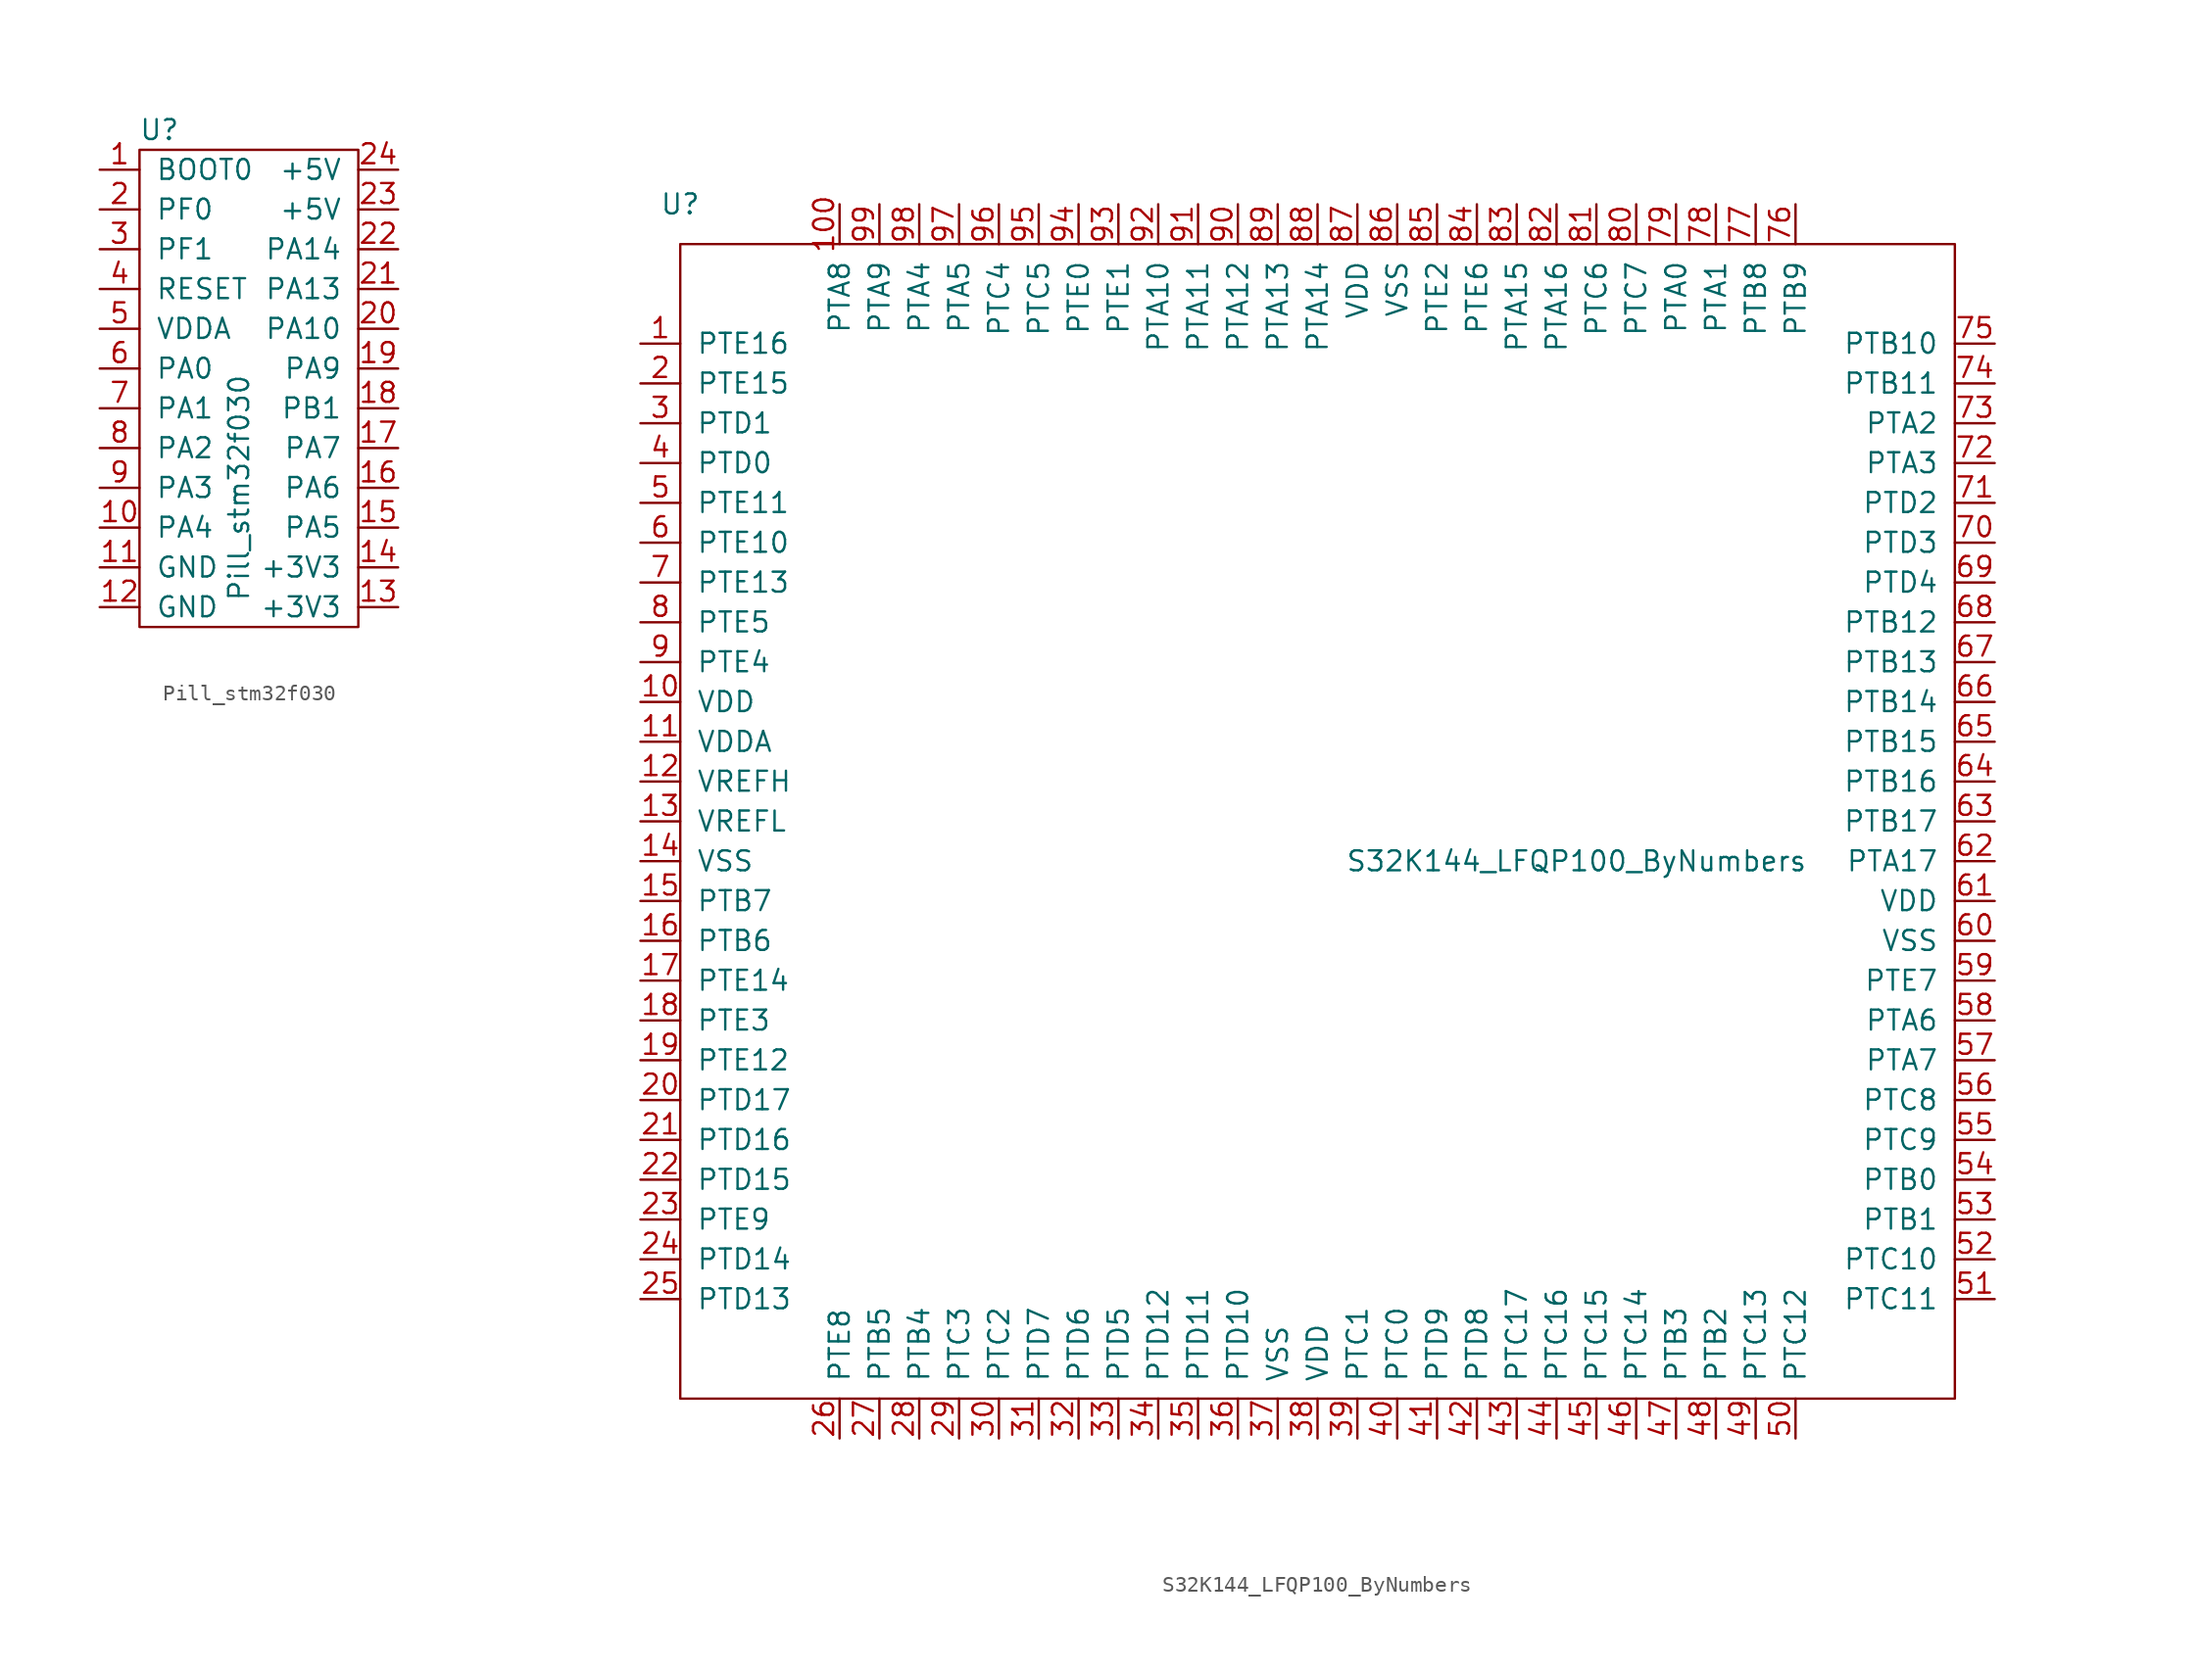
<source format=kicad_sym>
(kicad_symbol_lib
  (version 20241209)
  (generator "kicad_symbol_editor")
  (generator_version "9.0")
  (symbol "Pill_stm32f030"
    (pin_names
      (offset 1.016))
    (property "Reference" "U"
      (at -6.35 16.51 0)
      (effects (font (size 1.27 1.27))))
    (property "Value" "Pill_stm32f030"
      (at -1.27 -6.35 90)
      (effects (font (size 1.27 1.27))))
    (symbol "Pill_stm32f030_0_0"
      (pin unspecified line (at -10.16 13.97 0) (length 2.54) (name "BOOT0" (effects (font (size 1.27 1.27)))) (number "1" (effects (font (size 1.27 1.27)))))
      (pin unspecified line (at -10.16 11.43 0) (length 2.54) (name "PF0" (effects (font (size 1.27 1.27)))) (number "2" (effects (font (size 1.27 1.27)))))
      (pin unspecified line (at -10.16 8.89 0) (length 2.54) (name "PF1" (effects (font (size 1.27 1.27)))) (number "3" (effects (font (size 1.27 1.27)))))
      (pin unspecified line (at -10.16 6.35 0) (length 2.54) (name "RESET" (effects (font (size 1.27 1.27)))) (number "4" (effects (font (size 1.27 1.27)))))
      (pin unspecified line (at -10.16 3.81 0) (length 2.54) (name "VDDA" (effects (font (size 1.27 1.27)))) (number "5" (effects (font (size 1.27 1.27)))))
      (pin unspecified line (at -10.16 1.27 0) (length 2.54) (name "PA0" (effects (font (size 1.27 1.27)))) (number "6" (effects (font (size 1.27 1.27)))))
      (pin unspecified line (at -10.16 -1.27 0) (length 2.54) (name "PA1" (effects (font (size 1.27 1.27)))) (number "7" (effects (font (size 1.27 1.27)))))
      (pin unspecified line (at -10.16 -3.81 0) (length 2.54) (name "PA2" (effects (font (size 1.27 1.27)))) (number "8" (effects (font (size 1.27 1.27)))))
      (pin unspecified line (at -10.16 -6.35 0) (length 2.54) (name "PA3" (effects (font (size 1.27 1.27)))) (number "9" (effects (font (size 1.27 1.27)))))
      (pin unspecified line (at -10.16 -8.89 0) (length 2.54) (name "PA4" (effects (font (size 1.27 1.27)))) (number "10" (effects (font (size 1.27 1.27)))))
      (pin unspecified line (at -10.16 -11.43 0) (length 2.54) (name "GND" (effects (font (size 1.27 1.27)))) (number "11" (effects (font (size 1.27 1.27)))))
      (pin unspecified line (at -10.16 -13.97 0) (length 2.54) (name "GND" (effects (font (size 1.27 1.27)))) (number "12" (effects (font (size 1.27 1.27)))))
      (pin unspecified line (at 8.89 13.97 180) (length 2.54) (name "+5V" (effects (font (size 1.27 1.27)))) (number "24" (effects (font (size 1.27 1.27)))))
      (pin unspecified line (at 8.89 11.43 180) (length 2.54) (name "+5V" (effects (font (size 1.27 1.27)))) (number "23" (effects (font (size 1.27 1.27)))))
      (pin unspecified line (at 8.89 8.89 180) (length 2.54) (name "PA14" (effects (font (size 1.27 1.27)))) (number "22" (effects (font (size 1.27 1.27)))))
      (pin unspecified line (at 8.89 6.35 180) (length 2.54) (name "PA13" (effects (font (size 1.27 1.27)))) (number "21" (effects (font (size 1.27 1.27)))))
      (pin unspecified line (at 8.89 3.81 180) (length 2.54) (name "PA10" (effects (font (size 1.27 1.27)))) (number "20" (effects (font (size 1.27 1.27)))))
      (pin unspecified line (at 8.89 1.27 180) (length 2.54) (name "PA9" (effects (font (size 1.27 1.27)))) (number "19" (effects (font (size 1.27 1.27)))))
      (pin unspecified line (at 8.89 -1.27 180) (length 2.54) (name "PB1" (effects (font (size 1.27 1.27)))) (number "18" (effects (font (size 1.27 1.27)))))
      (pin unspecified line (at 8.89 -3.81 180) (length 2.54) (name "PA7" (effects (font (size 1.27 1.27)))) (number "17" (effects (font (size 1.27 1.27)))))
      (pin unspecified line (at 8.89 -6.35 180) (length 2.54) (name "PA6" (effects (font (size 1.27 1.27)))) (number "16" (effects (font (size 1.27 1.27)))))
      (pin unspecified line (at 8.89 -8.89 180) (length 2.54) (name "PA5" (effects (font (size 1.27 1.27)))) (number "15" (effects (font (size 1.27 1.27)))))
      (pin unspecified line (at 8.89 -11.43 180) (length 2.54) (name "+3V3" (effects (font (size 1.27 1.27)))) (number "14" (effects (font (size 1.27 1.27)))))
      (pin unspecified line (at 8.89 -13.97 180) (length 2.54) (name "+3V3" (effects (font (size 1.27 1.27)))) (number "13" (effects (font (size 1.27 1.27))))))
    (symbol "Pill_stm32f030_0_1"
      (rectangle (start -7.62 15.24) (end 6.35 -15.24) (stroke (width 0) (type solid)) (fill (type none)))))
  (symbol "S32K144_LFQP100_ByNumbers"
    (pin_names
      (offset 1.016))
    (property "Reference" "U"
      (at -40.64 39.37 0)
      (effects (font (size 1.27 1.27))))
    (property "Value" "S32K144_LFQP100_ByNumbers"
      (at 16.51 -2.54 0)
      (effects (font (size 1.27 1.27))))
    (symbol "S32K144_LFQP100_ByNumbers_0_0"
      (pin unspecified line (at -43.18 30.48 0) (length 2.54) (name "PTE16" (effects (font (size 1.27 1.27)))) (number "1" (effects (font (size 1.27 1.27)))))
      (pin unspecified line (at -43.18 27.94 0) (length 2.54) (name "PTE15" (effects (font (size 1.27 1.27)))) (number "2" (effects (font (size 1.27 1.27)))))
      (pin unspecified line (at -43.18 25.4 0) (length 2.54) (name "PTD1" (effects (font (size 1.27 1.27)))) (number "3" (effects (font (size 1.27 1.27)))))
      (pin unspecified line (at -43.18 22.86 0) (length 2.54) (name "PTD0" (effects (font (size 1.27 1.27)))) (number "4" (effects (font (size 1.27 1.27)))))
      (pin unspecified line (at -43.18 20.32 0) (length 2.54) (name "PTE11" (effects (font (size 1.27 1.27)))) (number "5" (effects (font (size 1.27 1.27)))))
      (pin unspecified line (at -43.18 17.78 0) (length 2.54) (name "PTE10" (effects (font (size 1.27 1.27)))) (number "6" (effects (font (size 1.27 1.27)))))
      (pin unspecified line (at -43.18 15.24 0) (length 2.54) (name "PTE13" (effects (font (size 1.27 1.27)))) (number "7" (effects (font (size 1.27 1.27)))))
      (pin unspecified line (at -43.18 12.7 0) (length 2.54) (name "PTE5" (effects (font (size 1.27 1.27)))) (number "8" (effects (font (size 1.27 1.27)))))
      (pin unspecified line (at -43.18 10.16 0) (length 2.54) (name "PTE4" (effects (font (size 1.27 1.27)))) (number "9" (effects (font (size 1.27 1.27)))))
      (pin unspecified line (at -43.18 7.62 0) (length 2.54) (name "VDD" (effects (font (size 1.27 1.27)))) (number "10" (effects (font (size 1.27 1.27)))))
      (pin unspecified line (at -43.18 5.08 0) (length 2.54) (name "VDDA" (effects (font (size 1.27 1.27)))) (number "11" (effects (font (size 1.27 1.27)))))
      (pin unspecified line (at -43.18 2.54 0) (length 2.54) (name "VREFH" (effects (font (size 1.27 1.27)))) (number "12" (effects (font (size 1.27 1.27)))))
      (pin unspecified line (at -43.18 0 0) (length 2.54) (name "VREFL" (effects (font (size 1.27 1.27)))) (number "13" (effects (font (size 1.27 1.27)))))
      (pin unspecified line (at -43.18 -2.54 0) (length 2.54) (name "VSS" (effects (font (size 1.27 1.27)))) (number "14" (effects (font (size 1.27 1.27)))))
      (pin unspecified line (at -43.18 -5.08 0) (length 2.54) (name "PTB7" (effects (font (size 1.27 1.27)))) (number "15" (effects (font (size 1.27 1.27)))))
      (pin unspecified line (at -43.18 -7.62 0) (length 2.54) (name "PTB6" (effects (font (size 1.27 1.27)))) (number "16" (effects (font (size 1.27 1.27)))))
      (pin unspecified line (at -43.18 -10.16 0) (length 2.54) (name "PTE14" (effects (font (size 1.27 1.27)))) (number "17" (effects (font (size 1.27 1.27)))))
      (pin unspecified line (at -43.18 -12.7 0) (length 2.54) (name "PTE3" (effects (font (size 1.27 1.27)))) (number "18" (effects (font (size 1.27 1.27)))))
      (pin unspecified line (at -43.18 -15.24 0) (length 2.54) (name "PTE12" (effects (font (size 1.27 1.27)))) (number "19" (effects (font (size 1.27 1.27)))))
      (pin unspecified line (at -43.18 -17.78 0) (length 2.54) (name "PTD17" (effects (font (size 1.27 1.27)))) (number "20" (effects (font (size 1.27 1.27)))))
      (pin unspecified line (at -43.18 -20.32 0) (length 2.54) (name "PTD16" (effects (font (size 1.27 1.27)))) (number "21" (effects (font (size 1.27 1.27)))))
      (pin unspecified line (at -43.18 -22.86 0) (length 2.54) (name "PTD15" (effects (font (size 1.27 1.27)))) (number "22" (effects (font (size 1.27 1.27)))))
      (pin unspecified line (at -43.18 -25.4 0) (length 2.54) (name "PTE9" (effects (font (size 1.27 1.27)))) (number "23" (effects (font (size 1.27 1.27)))))
      (pin unspecified line (at -43.18 -27.94 0) (length 2.54) (name "PTD14" (effects (font (size 1.27 1.27)))) (number "24" (effects (font (size 1.27 1.27)))))
      (pin unspecified line (at -43.18 -30.48 0) (length 2.54) (name "PTD13" (effects (font (size 1.27 1.27)))) (number "25" (effects (font (size 1.27 1.27)))))
      (pin unspecified line (at -30.48 39.37 270) (length 2.54) (name "PTA8" (effects (font (size 1.27 1.27)))) (number "100" (effects (font (size 1.27 1.27)))))
      (pin unspecified line (at -30.48 -39.37 90) (length 2.54) (name "PTE8" (effects (font (size 1.27 1.27)))) (number "26" (effects (font (size 1.27 1.27)))))
      (pin unspecified line (at -27.94 39.37 270) (length 2.54) (name "PTA9" (effects (font (size 1.27 1.27)))) (number "99" (effects (font (size 1.27 1.27)))))
      (pin unspecified line (at -27.94 -39.37 90) (length 2.54) (name "PTB5" (effects (font (size 1.27 1.27)))) (number "27" (effects (font (size 1.27 1.27)))))
      (pin unspecified line (at -25.4 39.37 270) (length 2.54) (name "PTA4" (effects (font (size 1.27 1.27)))) (number "98" (effects (font (size 1.27 1.27)))))
      (pin unspecified line (at -25.4 -39.37 90) (length 2.54) (name "PTB4" (effects (font (size 1.27 1.27)))) (number "28" (effects (font (size 1.27 1.27)))))
      (pin unspecified line (at -22.86 39.37 270) (length 2.54) (name "PTA5" (effects (font (size 1.27 1.27)))) (number "97" (effects (font (size 1.27 1.27)))))
      (pin unspecified line (at -22.86 -39.37 90) (length 2.54) (name "PTC3" (effects (font (size 1.27 1.27)))) (number "29" (effects (font (size 1.27 1.27)))))
      (pin unspecified line (at -20.32 39.37 270) (length 2.54) (name "PTC4" (effects (font (size 1.27 1.27)))) (number "96" (effects (font (size 1.27 1.27)))))
      (pin unspecified line (at -20.32 -39.37 90) (length 2.54) (name "PTC2" (effects (font (size 1.27 1.27)))) (number "30" (effects (font (size 1.27 1.27)))))
      (pin unspecified line (at -17.78 39.37 270) (length 2.54) (name "PTC5" (effects (font (size 1.27 1.27)))) (number "95" (effects (font (size 1.27 1.27)))))
      (pin unspecified line (at -17.78 -39.37 90) (length 2.54) (name "PTD7" (effects (font (size 1.27 1.27)))) (number "31" (effects (font (size 1.27 1.27)))))
      (pin unspecified line (at -15.24 39.37 270) (length 2.54) (name "PTE0" (effects (font (size 1.27 1.27)))) (number "94" (effects (font (size 1.27 1.27)))))
      (pin unspecified line (at -15.24 -39.37 90) (length 2.54) (name "PTD6" (effects (font (size 1.27 1.27)))) (number "32" (effects (font (size 1.27 1.27)))))
      (pin unspecified line (at -12.7 39.37 270) (length 2.54) (name "PTE1" (effects (font (size 1.27 1.27)))) (number "93" (effects (font (size 1.27 1.27)))))
      (pin unspecified line (at -12.7 -39.37 90) (length 2.54) (name "PTD5" (effects (font (size 1.27 1.27)))) (number "33" (effects (font (size 1.27 1.27)))))
      (pin unspecified line (at -10.16 39.37 270) (length 2.54) (name "PTA10" (effects (font (size 1.27 1.27)))) (number "92" (effects (font (size 1.27 1.27)))))
      (pin unspecified line (at -10.16 -39.37 90) (length 2.54) (name "PTD12" (effects (font (size 1.27 1.27)))) (number "34" (effects (font (size 1.27 1.27)))))
      (pin unspecified line (at -7.62 39.37 270) (length 2.54) (name "PTA11" (effects (font (size 1.27 1.27)))) (number "91" (effects (font (size 1.27 1.27)))))
      (pin unspecified line (at -7.62 -39.37 90) (length 2.54) (name "PTD11" (effects (font (size 1.27 1.27)))) (number "35" (effects (font (size 1.27 1.27)))))
      (pin unspecified line (at -5.08 39.37 270) (length 2.54) (name "PTA12" (effects (font (size 1.27 1.27)))) (number "90" (effects (font (size 1.27 1.27)))))
      (pin unspecified line (at -5.08 -39.37 90) (length 2.54) (name "PTD10" (effects (font (size 1.27 1.27)))) (number "36" (effects (font (size 1.27 1.27)))))
      (pin unspecified line (at -2.54 39.37 270) (length 2.54) (name "PTA13" (effects (font (size 1.27 1.27)))) (number "89" (effects (font (size 1.27 1.27)))))
      (pin unspecified line (at -2.54 -39.37 90) (length 2.54) (name "VSS" (effects (font (size 1.27 1.27)))) (number "37" (effects (font (size 1.27 1.27)))))
      (pin unspecified line (at 0 39.37 270) (length 2.54) (name "PTA14" (effects (font (size 1.27 1.27)))) (number "88" (effects (font (size 1.27 1.27)))))
      (pin unspecified line (at 0 -39.37 90) (length 2.54) (name "VDD" (effects (font (size 1.27 1.27)))) (number "38" (effects (font (size 1.27 1.27)))))
      (pin unspecified line (at 2.54 39.37 270) (length 2.54) (name "VDD" (effects (font (size 1.27 1.27)))) (number "87" (effects (font (size 1.27 1.27)))))
      (pin unspecified line (at 2.54 -39.37 90) (length 2.54) (name "PTC1" (effects (font (size 1.27 1.27)))) (number "39" (effects (font (size 1.27 1.27)))))
      (pin unspecified line (at 5.08 39.37 270) (length 2.54) (name "VSS" (effects (font (size 1.27 1.27)))) (number "86" (effects (font (size 1.27 1.27)))))
      (pin unspecified line (at 5.08 -39.37 90) (length 2.54) (name "PTC0" (effects (font (size 1.27 1.27)))) (number "40" (effects (font (size 1.27 1.27)))))
      (pin unspecified line (at 7.62 39.37 270) (length 2.54) (name "PTE2" (effects (font (size 1.27 1.27)))) (number "85" (effects (font (size 1.27 1.27)))))
      (pin unspecified line (at 7.62 -39.37 90) (length 2.54) (name "PTD9" (effects (font (size 1.27 1.27)))) (number "41" (effects (font (size 1.27 1.27)))))
      (pin unspecified line (at 10.16 39.37 270) (length 2.54) (name "PTE6" (effects (font (size 1.27 1.27)))) (number "84" (effects (font (size 1.27 1.27)))))
      (pin unspecified line (at 10.16 -39.37 90) (length 2.54) (name "PTD8" (effects (font (size 1.27 1.27)))) (number "42" (effects (font (size 1.27 1.27)))))
      (pin unspecified line (at 12.7 39.37 270) (length 2.54) (name "PTA15" (effects (font (size 1.27 1.27)))) (number "83" (effects (font (size 1.27 1.27)))))
      (pin unspecified line (at 12.7 -39.37 90) (length 2.54) (name "PTC17" (effects (font (size 1.27 1.27)))) (number "43" (effects (font (size 1.27 1.27)))))
      (pin unspecified line (at 15.24 39.37 270) (length 2.54) (name "PTA16" (effects (font (size 1.27 1.27)))) (number "82" (effects (font (size 1.27 1.27)))))
      (pin unspecified line (at 15.24 -39.37 90) (length 2.54) (name "PTC16" (effects (font (size 1.27 1.27)))) (number "44" (effects (font (size 1.27 1.27)))))
      (pin unspecified line (at 17.78 39.37 270) (length 2.54) (name "PTC6" (effects (font (size 1.27 1.27)))) (number "81" (effects (font (size 1.27 1.27)))))
      (pin unspecified line (at 17.78 -39.37 90) (length 2.54) (name "PTC15" (effects (font (size 1.27 1.27)))) (number "45" (effects (font (size 1.27 1.27)))))
      (pin unspecified line (at 20.32 39.37 270) (length 2.54) (name "PTC7" (effects (font (size 1.27 1.27)))) (number "80" (effects (font (size 1.27 1.27)))))
      (pin unspecified line (at 20.32 -39.37 90) (length 2.54) (name "PTC14" (effects (font (size 1.27 1.27)))) (number "46" (effects (font (size 1.27 1.27)))))
      (pin unspecified line (at 22.86 39.37 270) (length 2.54) (name "PTA0" (effects (font (size 1.27 1.27)))) (number "79" (effects (font (size 1.27 1.27)))))
      (pin unspecified line (at 22.86 -39.37 90) (length 2.54) (name "PTB3" (effects (font (size 1.27 1.27)))) (number "47" (effects (font (size 1.27 1.27)))))
      (pin unspecified line (at 25.4 39.37 270) (length 2.54) (name "PTA1" (effects (font (size 1.27 1.27)))) (number "78" (effects (font (size 1.27 1.27)))))
      (pin unspecified line (at 25.4 -39.37 90) (length 2.54) (name "PTB2" (effects (font (size 1.27 1.27)))) (number "48" (effects (font (size 1.27 1.27)))))
      (pin unspecified line (at 27.94 39.37 270) (length 2.54) (name "PTB8" (effects (font (size 1.27 1.27)))) (number "77" (effects (font (size 1.27 1.27)))))
      (pin unspecified line (at 27.94 -39.37 90) (length 2.54) (name "PTC13" (effects (font (size 1.27 1.27)))) (number "49" (effects (font (size 1.27 1.27)))))
      (pin unspecified line (at 30.48 39.37 270) (length 2.54) (name "PTB9" (effects (font (size 1.27 1.27)))) (number "76" (effects (font (size 1.27 1.27)))))
      (pin unspecified line (at 30.48 -39.37 90) (length 2.54) (name "PTC12" (effects (font (size 1.27 1.27)))) (number "50" (effects (font (size 1.27 1.27)))))
      (pin unspecified line (at 43.18 30.48 180) (length 2.54) (name "PTB10" (effects (font (size 1.27 1.27)))) (number "75" (effects (font (size 1.27 1.27)))))
      (pin unspecified line (at 43.18 27.94 180) (length 2.54) (name "PTB11" (effects (font (size 1.27 1.27)))) (number "74" (effects (font (size 1.27 1.27)))))
      (pin unspecified line (at 43.18 25.4 180) (length 2.54) (name "PTA2" (effects (font (size 1.27 1.27)))) (number "73" (effects (font (size 1.27 1.27)))))
      (pin unspecified line (at 43.18 22.86 180) (length 2.54) (name "PTA3" (effects (font (size 1.27 1.27)))) (number "72" (effects (font (size 1.27 1.27)))))
      (pin unspecified line (at 43.18 20.32 180) (length 2.54) (name "PTD2" (effects (font (size 1.27 1.27)))) (number "71" (effects (font (size 1.27 1.27)))))
      (pin unspecified line (at 43.18 17.78 180) (length 2.54) (name "PTD3" (effects (font (size 1.27 1.27)))) (number "70" (effects (font (size 1.27 1.27)))))
      (pin unspecified line (at 43.18 15.24 180) (length 2.54) (name "PTD4" (effects (font (size 1.27 1.27)))) (number "69" (effects (font (size 1.27 1.27)))))
      (pin unspecified line (at 43.18 12.7 180) (length 2.54) (name "PTB12" (effects (font (size 1.27 1.27)))) (number "68" (effects (font (size 1.27 1.27)))))
      (pin unspecified line (at 43.18 10.16 180) (length 2.54) (name "PTB13" (effects (font (size 1.27 1.27)))) (number "67" (effects (font (size 1.27 1.27)))))
      (pin unspecified line (at 43.18 7.62 180) (length 2.54) (name "PTB14" (effects (font (size 1.27 1.27)))) (number "66" (effects (font (size 1.27 1.27)))))
      (pin unspecified line (at 43.18 5.08 180) (length 2.54) (name "PTB15" (effects (font (size 1.27 1.27)))) (number "65" (effects (font (size 1.27 1.27)))))
      (pin unspecified line (at 43.18 2.54 180) (length 2.54) (name "PTB16" (effects (font (size 1.27 1.27)))) (number "64" (effects (font (size 1.27 1.27)))))
      (pin unspecified line (at 43.18 0 180) (length 2.54) (name "PTB17" (effects (font (size 1.27 1.27)))) (number "63" (effects (font (size 1.27 1.27)))))
      (pin unspecified line (at 43.18 -2.54 180) (length 2.54) (name "PTA17" (effects (font (size 1.27 1.27)))) (number "62" (effects (font (size 1.27 1.27)))))
      (pin unspecified line (at 43.18 -5.08 180) (length 2.54) (name "VDD" (effects (font (size 1.27 1.27)))) (number "61" (effects (font (size 1.27 1.27)))))
      (pin unspecified line (at 43.18 -7.62 180) (length 2.54) (name "VSS" (effects (font (size 1.27 1.27)))) (number "60" (effects (font (size 1.27 1.27)))))
      (pin unspecified line (at 43.18 -10.16 180) (length 2.54) (name "PTE7" (effects (font (size 1.27 1.27)))) (number "59" (effects (font (size 1.27 1.27)))))
      (pin unspecified line (at 43.18 -12.7 180) (length 2.54) (name "PTA6" (effects (font (size 1.27 1.27)))) (number "58" (effects (font (size 1.27 1.27)))))
      (pin unspecified line (at 43.18 -15.24 180) (length 2.54) (name "PTA7" (effects (font (size 1.27 1.27)))) (number "57" (effects (font (size 1.27 1.27)))))
      (pin unspecified line (at 43.18 -17.78 180) (length 2.54) (name "PTC8" (effects (font (size 1.27 1.27)))) (number "56" (effects (font (size 1.27 1.27)))))
      (pin unspecified line (at 43.18 -20.32 180) (length 2.54) (name "PTC9" (effects (font (size 1.27 1.27)))) (number "55" (effects (font (size 1.27 1.27)))))
      (pin unspecified line (at 43.18 -22.86 180) (length 2.54) (name "PTB0" (effects (font (size 1.27 1.27)))) (number "54" (effects (font (size 1.27 1.27)))))
      (pin unspecified line (at 43.18 -25.4 180) (length 2.54) (name "PTB1" (effects (font (size 1.27 1.27)))) (number "53" (effects (font (size 1.27 1.27)))))
      (pin unspecified line (at 43.18 -27.94 180) (length 2.54) (name "PTC10" (effects (font (size 1.27 1.27)))) (number "52" (effects (font (size 1.27 1.27)))))
      (pin unspecified line (at 43.18 -30.48 180) (length 2.54) (name "PTC11" (effects (font (size 1.27 1.27)))) (number "51" (effects (font (size 1.27 1.27))))))
    (symbol "S32K144_LFQP100_ByNumbers_0_1"
      (rectangle (start -40.64 36.83) (end 40.64 -36.83) (stroke (width 0) (type solid)) (fill (type none))))))
</source>
